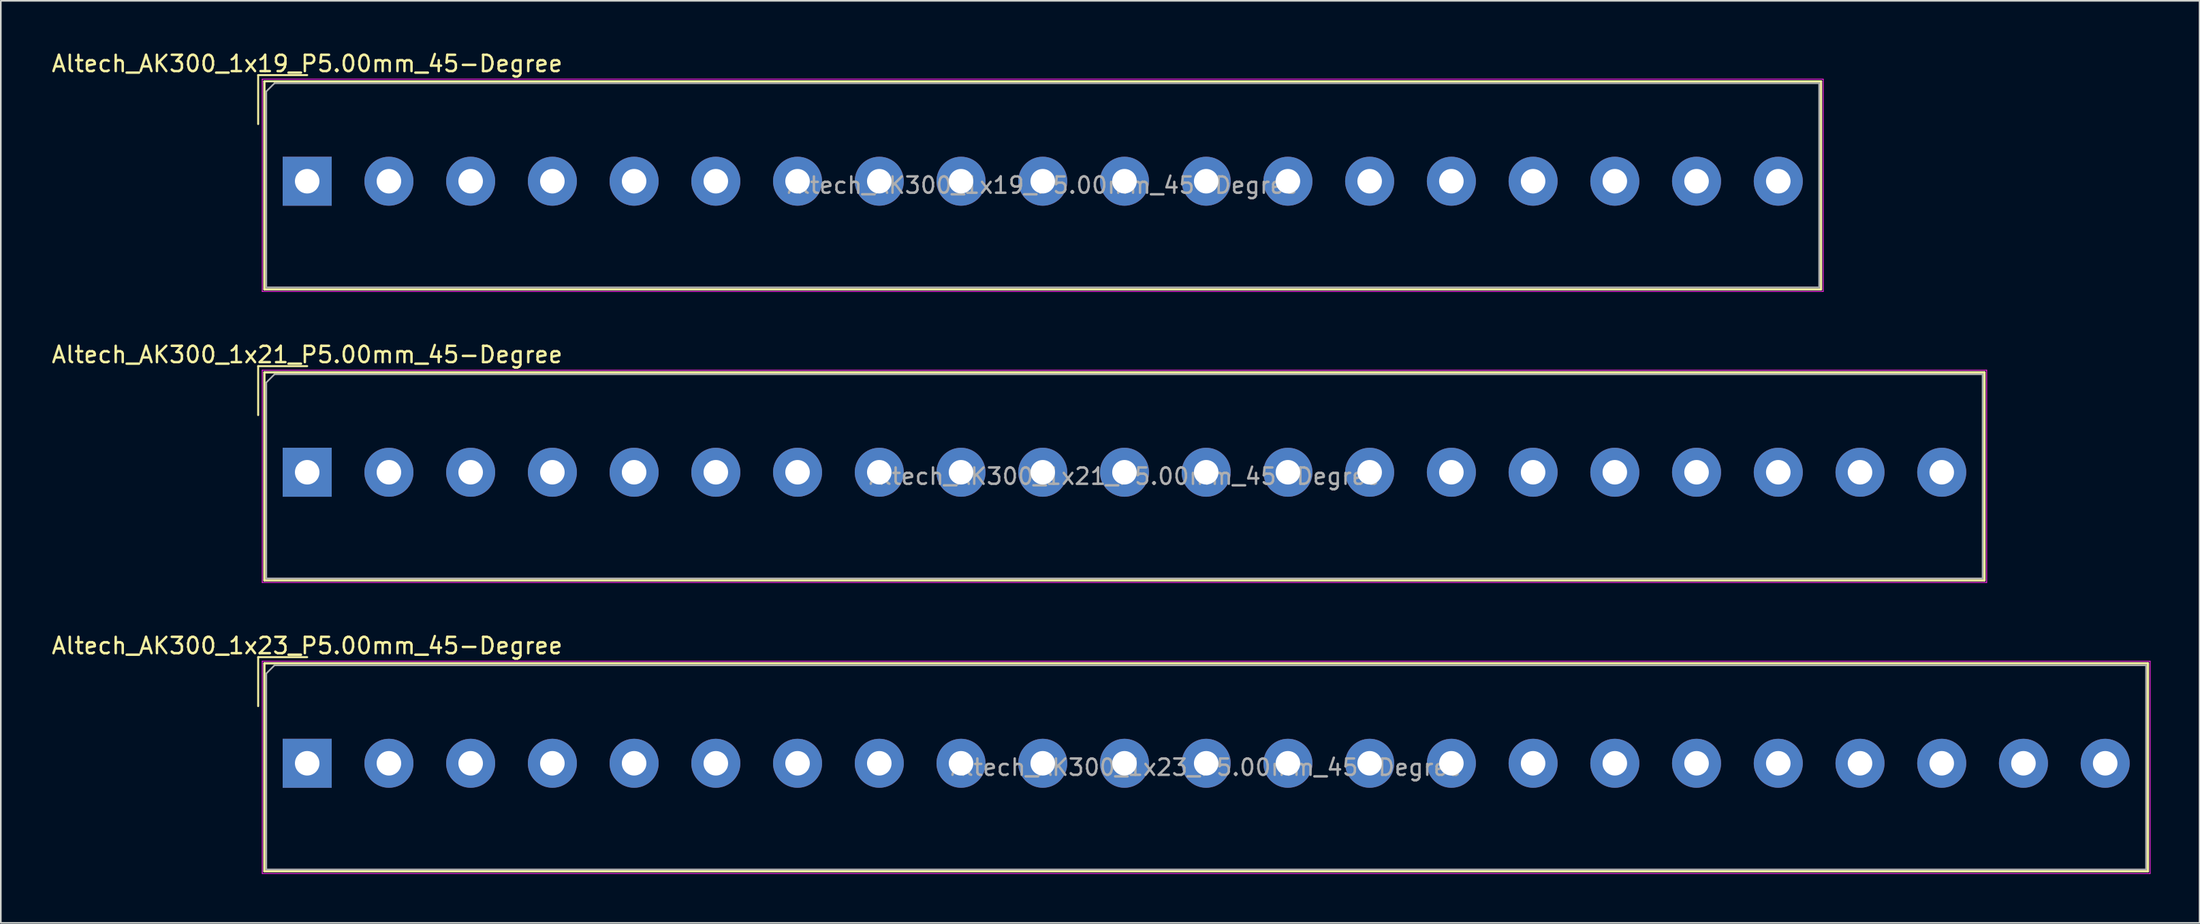
<source format=kicad_pcb>
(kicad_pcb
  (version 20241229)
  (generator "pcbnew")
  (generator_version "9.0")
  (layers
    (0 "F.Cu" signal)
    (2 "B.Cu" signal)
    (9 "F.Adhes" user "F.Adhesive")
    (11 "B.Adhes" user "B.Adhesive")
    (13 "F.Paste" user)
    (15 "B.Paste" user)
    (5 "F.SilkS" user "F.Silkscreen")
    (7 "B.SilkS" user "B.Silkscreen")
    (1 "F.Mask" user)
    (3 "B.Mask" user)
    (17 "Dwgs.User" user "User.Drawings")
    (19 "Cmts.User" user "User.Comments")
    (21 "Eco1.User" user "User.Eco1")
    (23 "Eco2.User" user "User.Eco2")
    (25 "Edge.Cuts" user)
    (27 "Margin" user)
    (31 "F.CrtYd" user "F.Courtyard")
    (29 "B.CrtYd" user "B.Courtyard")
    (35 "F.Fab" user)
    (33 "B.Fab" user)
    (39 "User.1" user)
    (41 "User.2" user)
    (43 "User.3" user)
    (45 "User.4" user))
  (footprint "Altech_AK300_1x23_P5.00mm_45-Degree"
    (layer "F.Cu")
    (at 15.744 43.695)
    (property "Reference" "Altech_AK300_1x23_P5.00mm_45-Degree" (at 0 -7.2 0) (layer "F.SilkS") (effects (font (size 1 1) (thickness 0.15))))
    (attr through_hole)
    (fp_line (start -3 -6.5) (end 0 -6.5) (stroke (width 0.12) (type solid)) (layer "F.SilkS"))
    (fp_line (start -3 -3.5) (end -3 -6.5) (stroke (width 0.12) (type solid)) (layer "F.SilkS"))
    (fp_line (start -2.62 -6.12) (end -2.62 6.62) (stroke (width 0.12) (type solid)) (layer "F.SilkS"))
    (fp_line (start -2.62 -6.12) (end -2.62 6.62) (stroke (width 0.12) (type solid)) (layer "F.SilkS"))
    (fp_line (start -2.62 -6.12) (end 112.62 -6.12) (stroke (width 0.12) (type solid)) (layer "F.SilkS"))
    (fp_line (start -2.62 -6.12) (end 112.62 -6.12) (stroke (width 0.12) (type solid)) (layer "F.SilkS"))
    (fp_line (start -2.62 6.62) (end 112.62 6.62) (stroke (width 0.12) (type solid)) (layer "F.SilkS"))
    (fp_line (start -2.62 6.62) (end 112.62 6.62) (stroke (width 0.12) (type solid)) (layer "F.SilkS"))
    (fp_line (start 112.62 -6.12) (end 112.62 6.62) (stroke (width 0.12) (type solid)) (layer "F.SilkS"))
    (fp_line (start 112.62 -6.12) (end 112.62 6.62) (stroke (width 0.12) (type solid)) (layer "F.SilkS"))
    (fp_line (start -2.75 -6.25) (end -2.75 6.75) (stroke (width 0.05) (type solid)) (layer "F.CrtYd"))
    (fp_line (start -2.75 -6.25) (end 112.75 -6.25) (stroke (width 0.05) (type solid)) (layer "F.CrtYd"))
    (fp_line (start -2.75 6.75) (end 112.75 6.75) (stroke (width 0.05) (type solid)) (layer "F.CrtYd"))
    (fp_line (start 112.75 -6.25) (end 112.75 6.75) (stroke (width 0.05) (type solid)) (layer "F.CrtYd"))
    (fp_line (start -2.5 -5.5) (end -2 -6) (stroke (width 0.1) (type solid)) (layer "F.Fab"))
    (fp_line (start -2.5 6.5) (end -2.5 -5.5) (stroke (width 0.1) (type solid)) (layer "F.Fab"))
    (fp_line (start -2 -6) (end 112.5 -6) (stroke (width 0.1) (type solid)) (layer "F.Fab"))
    (fp_line (start 112.5 -6) (end 112.5 6.5) (stroke (width 0.1) (type solid)) (layer "F.Fab"))
    (fp_line (start 112.5 6.5) (end -2.5 6.5) (stroke (width 0.1) (type solid)) (layer "F.Fab"))
    (fp_text user "${REFERENCE}" (at 55 0.25 0) (layer "F.Fab") (effects (font (size 1 1) (thickness 0.15))))
    (pad "1" thru_hole rect (at 0 0) (size 3 3) (drill 1.5) (layers "*.Cu" "*.Mask"))
    (pad "2" thru_hole circle (at 5 0) (size 3 3) (drill 1.5) (layers "*.Cu" "*.Mask"))
    (pad "3" thru_hole circle (at 10 0) (size 3 3) (drill 1.5) (layers "*.Cu" "*.Mask"))
    (pad "4" thru_hole circle (at 15 0) (size 3 3) (drill 1.5) (layers "*.Cu" "*.Mask"))
    (pad "5" thru_hole circle (at 20 0) (size 3 3) (drill 1.5) (layers "*.Cu" "*.Mask"))
    (pad "6" thru_hole circle (at 25 0) (size 3 3) (drill 1.5) (layers "*.Cu" "*.Mask"))
    (pad "7" thru_hole circle (at 30 0) (size 3 3) (drill 1.5) (layers "*.Cu" "*.Mask"))
    (pad "8" thru_hole circle (at 35 0) (size 3 3) (drill 1.5) (layers "*.Cu" "*.Mask"))
    (pad "9" thru_hole circle (at 40 0) (size 3 3) (drill 1.5) (layers "*.Cu" "*.Mask"))
    (pad "10" thru_hole circle (at 45 0) (size 3 3) (drill 1.5) (layers "*.Cu" "*.Mask"))
    (pad "11" thru_hole circle (at 50 0) (size 3 3) (drill 1.5) (layers "*.Cu" "*.Mask"))
    (pad "12" thru_hole circle (at 55 0) (size 3 3) (drill 1.5) (layers "*.Cu" "*.Mask"))
    (pad "13" thru_hole circle (at 60 0) (size 3 3) (drill 1.5) (layers "*.Cu" "*.Mask"))
    (pad "14" thru_hole circle (at 65 0) (size 3 3) (drill 1.5) (layers "*.Cu" "*.Mask"))
    (pad "15" thru_hole circle (at 70 0) (size 3 3) (drill 1.5) (layers "*.Cu" "*.Mask"))
    (pad "16" thru_hole circle (at 75 0) (size 3 3) (drill 1.5) (layers "*.Cu" "*.Mask"))
    (pad "17" thru_hole circle (at 80 0) (size 3 3) (drill 1.5) (layers "*.Cu" "*.Mask"))
    (pad "18" thru_hole circle (at 85 0) (size 3 3) (drill 1.5) (layers "*.Cu" "*.Mask"))
    (pad "19" thru_hole circle (at 90 0) (size 3 3) (drill 1.5) (layers "*.Cu" "*.Mask"))
    (pad "20" thru_hole circle (at 95 0) (size 3 3) (drill 1.5) (layers "*.Cu" "*.Mask"))
    (pad "21" thru_hole circle (at 100 0) (size 3 3) (drill 1.5) (layers "*.Cu" "*.Mask"))
    (pad "22" thru_hole circle (at 105 0) (size 3 3) (drill 1.5) (layers "*.Cu" "*.Mask"))
    (pad "23" thru_hole circle (at 110 0) (size 3 3) (drill 1.5) (layers "*.Cu" "*.Mask")))
  (footprint "Altech_AK300_1x19_P5.00mm_45-Degree"
    (layer "F.Cu")
    (at 15.744 8.048)
    (property "Reference" "Altech_AK300_1x19_P5.00mm_45-Degree" (at 0 -7.2 0) (layer "F.SilkS") (effects (font (size 1 1) (thickness 0.15))))
    (attr through_hole)
    (fp_line (start -3 -6.5) (end 0 -6.5) (stroke (width 0.12) (type solid)) (layer "F.SilkS"))
    (fp_line (start -3 -3.5) (end -3 -6.5) (stroke (width 0.12) (type solid)) (layer "F.SilkS"))
    (fp_line (start -2.62 -6.12) (end -2.62 6.62) (stroke (width 0.12) (type solid)) (layer "F.SilkS"))
    (fp_line (start -2.62 -6.12) (end -2.62 6.62) (stroke (width 0.12) (type solid)) (layer "F.SilkS"))
    (fp_line (start -2.62 -6.12) (end 92.62 -6.12) (stroke (width 0.12) (type solid)) (layer "F.SilkS"))
    (fp_line (start -2.62 -6.12) (end 92.62 -6.12) (stroke (width 0.12) (type solid)) (layer "F.SilkS"))
    (fp_line (start -2.62 6.62) (end 92.62 6.62) (stroke (width 0.12) (type solid)) (layer "F.SilkS"))
    (fp_line (start -2.62 6.62) (end 92.62 6.62) (stroke (width 0.12) (type solid)) (layer "F.SilkS"))
    (fp_line (start 92.62 -6.12) (end 92.62 6.62) (stroke (width 0.12) (type solid)) (layer "F.SilkS"))
    (fp_line (start 92.62 -6.12) (end 92.62 6.62) (stroke (width 0.12) (type solid)) (layer "F.SilkS"))
    (fp_line (start -2.75 -6.25) (end -2.75 6.75) (stroke (width 0.05) (type solid)) (layer "F.CrtYd"))
    (fp_line (start -2.75 -6.25) (end 92.75 -6.25) (stroke (width 0.05) (type solid)) (layer "F.CrtYd"))
    (fp_line (start -2.75 6.75) (end 92.75 6.75) (stroke (width 0.05) (type solid)) (layer "F.CrtYd"))
    (fp_line (start 92.75 -6.25) (end 92.75 6.75) (stroke (width 0.05) (type solid)) (layer "F.CrtYd"))
    (fp_line (start -2.5 -5.5) (end -2 -6) (stroke (width 0.1) (type solid)) (layer "F.Fab"))
    (fp_line (start -2.5 6.5) (end -2.5 -5.5) (stroke (width 0.1) (type solid)) (layer "F.Fab"))
    (fp_line (start -2 -6) (end 92.5 -6) (stroke (width 0.1) (type solid)) (layer "F.Fab"))
    (fp_line (start 92.5 -6) (end 92.5 6.5) (stroke (width 0.1) (type solid)) (layer "F.Fab"))
    (fp_line (start 92.5 6.5) (end -2.5 6.5) (stroke (width 0.1) (type solid)) (layer "F.Fab"))
    (fp_text user "${REFERENCE}" (at 45 0.25 0) (layer "F.Fab") (effects (font (size 1 1) (thickness 0.15))))
    (pad "1" thru_hole rect (at 0 0) (size 3 3) (drill 1.5) (layers "*.Cu" "*.Mask"))
    (pad "2" thru_hole circle (at 5 0) (size 3 3) (drill 1.5) (layers "*.Cu" "*.Mask"))
    (pad "3" thru_hole circle (at 10 0) (size 3 3) (drill 1.5) (layers "*.Cu" "*.Mask"))
    (pad "4" thru_hole circle (at 15 0) (size 3 3) (drill 1.5) (layers "*.Cu" "*.Mask"))
    (pad "5" thru_hole circle (at 20 0) (size 3 3) (drill 1.5) (layers "*.Cu" "*.Mask"))
    (pad "6" thru_hole circle (at 25 0) (size 3 3) (drill 1.5) (layers "*.Cu" "*.Mask"))
    (pad "7" thru_hole circle (at 30 0) (size 3 3) (drill 1.5) (layers "*.Cu" "*.Mask"))
    (pad "8" thru_hole circle (at 35 0) (size 3 3) (drill 1.5) (layers "*.Cu" "*.Mask"))
    (pad "9" thru_hole circle (at 40 0) (size 3 3) (drill 1.5) (layers "*.Cu" "*.Mask"))
    (pad "10" thru_hole circle (at 45 0) (size 3 3) (drill 1.5) (layers "*.Cu" "*.Mask"))
    (pad "11" thru_hole circle (at 50 0) (size 3 3) (drill 1.5) (layers "*.Cu" "*.Mask"))
    (pad "12" thru_hole circle (at 55 0) (size 3 3) (drill 1.5) (layers "*.Cu" "*.Mask"))
    (pad "13" thru_hole circle (at 60 0) (size 3 3) (drill 1.5) (layers "*.Cu" "*.Mask"))
    (pad "14" thru_hole circle (at 65 0) (size 3 3) (drill 1.5) (layers "*.Cu" "*.Mask"))
    (pad "15" thru_hole circle (at 70 0) (size 3 3) (drill 1.5) (layers "*.Cu" "*.Mask"))
    (pad "16" thru_hole circle (at 75 0) (size 3 3) (drill 1.5) (layers "*.Cu" "*.Mask"))
    (pad "17" thru_hole circle (at 80 0) (size 3 3) (drill 1.5) (layers "*.Cu" "*.Mask"))
    (pad "18" thru_hole circle (at 85 0) (size 3 3) (drill 1.5) (layers "*.Cu" "*.Mask"))
    (pad "19" thru_hole circle (at 90 0) (size 3 3) (drill 1.5) (layers "*.Cu" "*.Mask")))
  (footprint "Altech_AK300_1x21_P5.00mm_45-Degree"
    (layer "F.Cu")
    (at 15.744 25.872)
    (property "Reference" "Altech_AK300_1x21_P5.00mm_45-Degree" (at 0 -7.2 0) (layer "F.SilkS") (effects (font (size 1 1) (thickness 0.15))))
    (attr through_hole)
    (fp_line (start -3 -6.5) (end 0 -6.5) (stroke (width 0.12) (type solid)) (layer "F.SilkS"))
    (fp_line (start -3 -3.5) (end -3 -6.5) (stroke (width 0.12) (type solid)) (layer "F.SilkS"))
    (fp_line (start -2.62 -6.12) (end -2.62 6.62) (stroke (width 0.12) (type solid)) (layer "F.SilkS"))
    (fp_line (start -2.62 -6.12) (end -2.62 6.62) (stroke (width 0.12) (type solid)) (layer "F.SilkS"))
    (fp_line (start -2.62 -6.12) (end 102.62 -6.12) (stroke (width 0.12) (type solid)) (layer "F.SilkS"))
    (fp_line (start -2.62 -6.12) (end 102.62 -6.12) (stroke (width 0.12) (type solid)) (layer "F.SilkS"))
    (fp_line (start -2.62 6.62) (end 102.62 6.62) (stroke (width 0.12) (type solid)) (layer "F.SilkS"))
    (fp_line (start -2.62 6.62) (end 102.62 6.62) (stroke (width 0.12) (type solid)) (layer "F.SilkS"))
    (fp_line (start 102.62 -6.12) (end 102.62 6.62) (stroke (width 0.12) (type solid)) (layer "F.SilkS"))
    (fp_line (start 102.62 -6.12) (end 102.62 6.62) (stroke (width 0.12) (type solid)) (layer "F.SilkS"))
    (fp_line (start -2.75 -6.25) (end -2.75 6.75) (stroke (width 0.05) (type solid)) (layer "F.CrtYd"))
    (fp_line (start -2.75 -6.25) (end 102.75 -6.25) (stroke (width 0.05) (type solid)) (layer "F.CrtYd"))
    (fp_line (start -2.75 6.75) (end 102.75 6.75) (stroke (width 0.05) (type solid)) (layer "F.CrtYd"))
    (fp_line (start 102.75 -6.25) (end 102.75 6.75) (stroke (width 0.05) (type solid)) (layer "F.CrtYd"))
    (fp_line (start -2.5 -5.5) (end -2 -6) (stroke (width 0.1) (type solid)) (layer "F.Fab"))
    (fp_line (start -2.5 6.5) (end -2.5 -5.5) (stroke (width 0.1) (type solid)) (layer "F.Fab"))
    (fp_line (start -2 -6) (end 102.5 -6) (stroke (width 0.1) (type solid)) (layer "F.Fab"))
    (fp_line (start 102.5 -6) (end 102.5 6.5) (stroke (width 0.1) (type solid)) (layer "F.Fab"))
    (fp_line (start 102.5 6.5) (end -2.5 6.5) (stroke (width 0.1) (type solid)) (layer "F.Fab"))
    (fp_text user "${REFERENCE}" (at 50 0.25 0) (layer "F.Fab") (effects (font (size 1 1) (thickness 0.15))))
    (pad "1" thru_hole rect (at 0 0) (size 3 3) (drill 1.5) (layers "*.Cu" "*.Mask"))
    (pad "2" thru_hole circle (at 5 0) (size 3 3) (drill 1.5) (layers "*.Cu" "*.Mask"))
    (pad "3" thru_hole circle (at 10 0) (size 3 3) (drill 1.5) (layers "*.Cu" "*.Mask"))
    (pad "4" thru_hole circle (at 15 0) (size 3 3) (drill 1.5) (layers "*.Cu" "*.Mask"))
    (pad "5" thru_hole circle (at 20 0) (size 3 3) (drill 1.5) (layers "*.Cu" "*.Mask"))
    (pad "6" thru_hole circle (at 25 0) (size 3 3) (drill 1.5) (layers "*.Cu" "*.Mask"))
    (pad "7" thru_hole circle (at 30 0) (size 3 3) (drill 1.5) (layers "*.Cu" "*.Mask"))
    (pad "8" thru_hole circle (at 35 0) (size 3 3) (drill 1.5) (layers "*.Cu" "*.Mask"))
    (pad "9" thru_hole circle (at 40 0) (size 3 3) (drill 1.5) (layers "*.Cu" "*.Mask"))
    (pad "10" thru_hole circle (at 45 0) (size 3 3) (drill 1.5) (layers "*.Cu" "*.Mask"))
    (pad "11" thru_hole circle (at 50 0) (size 3 3) (drill 1.5) (layers "*.Cu" "*.Mask"))
    (pad "12" thru_hole circle (at 55 0) (size 3 3) (drill 1.5) (layers "*.Cu" "*.Mask"))
    (pad "13" thru_hole circle (at 60 0) (size 3 3) (drill 1.5) (layers "*.Cu" "*.Mask"))
    (pad "14" thru_hole circle (at 65 0) (size 3 3) (drill 1.5) (layers "*.Cu" "*.Mask"))
    (pad "15" thru_hole circle (at 70 0) (size 3 3) (drill 1.5) (layers "*.Cu" "*.Mask"))
    (pad "16" thru_hole circle (at 75 0) (size 3 3) (drill 1.5) (layers "*.Cu" "*.Mask"))
    (pad "17" thru_hole circle (at 80 0) (size 3 3) (drill 1.5) (layers "*.Cu" "*.Mask"))
    (pad "18" thru_hole circle (at 85 0) (size 3 3) (drill 1.5) (layers "*.Cu" "*.Mask"))
    (pad "19" thru_hole circle (at 90 0) (size 3 3) (drill 1.5) (layers "*.Cu" "*.Mask"))
    (pad "20" thru_hole circle (at 95 0) (size 3 3) (drill 1.5) (layers "*.Cu" "*.Mask"))
    (pad "21" thru_hole circle (at 100 0) (size 3 3) (drill 1.5) (layers "*.Cu" "*.Mask")))
  (gr_rect
    (start -3 -3)
    (end 131.519 53.47)
    (stroke (width 0.1) (type default))
    (fill no)
    (layer "Edge.Cuts")))
</source>
